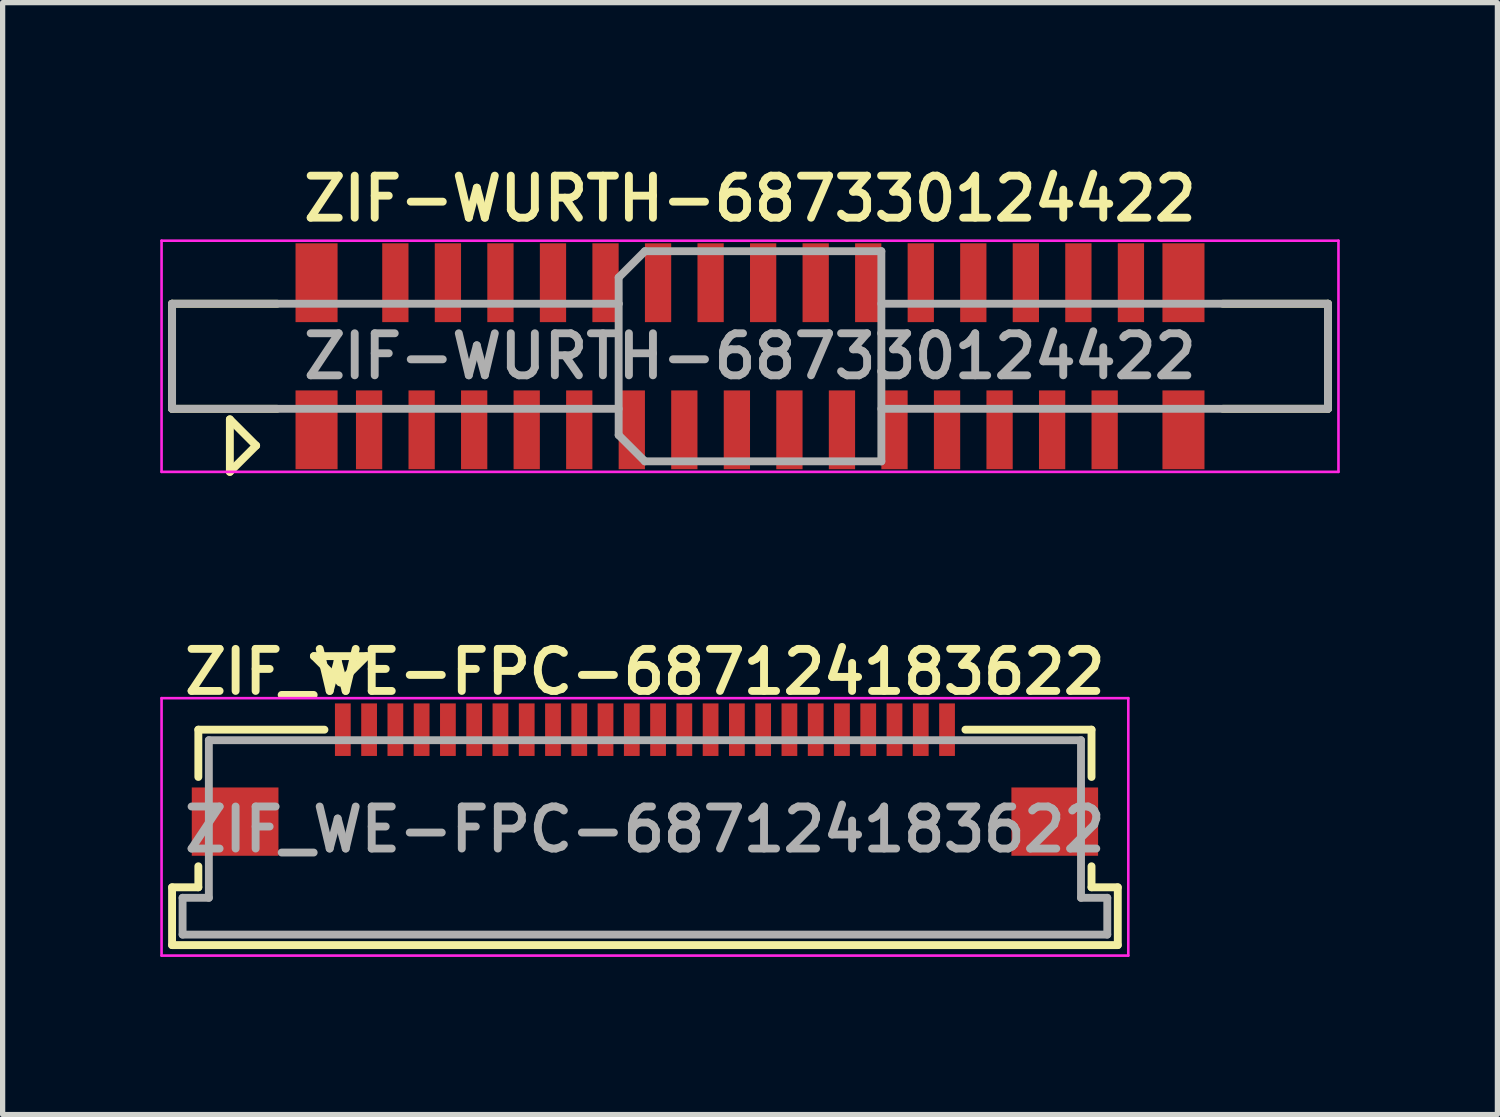
<source format=kicad_pcb>
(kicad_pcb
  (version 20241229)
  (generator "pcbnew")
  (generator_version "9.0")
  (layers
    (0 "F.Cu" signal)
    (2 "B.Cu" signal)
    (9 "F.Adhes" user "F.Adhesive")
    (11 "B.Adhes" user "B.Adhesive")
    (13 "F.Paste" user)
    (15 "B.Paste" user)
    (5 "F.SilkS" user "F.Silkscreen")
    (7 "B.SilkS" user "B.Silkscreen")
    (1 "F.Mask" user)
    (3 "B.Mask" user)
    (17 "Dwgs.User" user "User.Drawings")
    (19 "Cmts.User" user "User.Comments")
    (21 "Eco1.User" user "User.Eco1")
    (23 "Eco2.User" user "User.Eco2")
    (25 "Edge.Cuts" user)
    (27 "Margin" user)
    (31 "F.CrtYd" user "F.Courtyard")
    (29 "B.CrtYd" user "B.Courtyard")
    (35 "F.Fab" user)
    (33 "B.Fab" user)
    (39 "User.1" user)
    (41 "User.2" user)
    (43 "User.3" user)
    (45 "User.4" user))
  (footprint "ZIF_WE-FPC-687124183622"
    (layer "F.Cu")
    (at 9.225 12.738)
    (property "Reference" "ZIF_WE-FPC-687124183622" (at 0 -3 0) (layer "F.SilkS") (effects (font (size 0.8 0.8) (thickness 0.15))))
    (attr smd)
    (fp_line (start -9 1.1) (end -9 2.2) (stroke (width 0.15) (type solid)) (layer "F.SilkS"))
    (fp_line (start -9 1.1) (end -8.5 1.1) (stroke (width 0.15) (type solid)) (layer "F.SilkS"))
    (fp_line (start -9 2.2) (end 9 2.2) (stroke (width 0.15) (type solid)) (layer "F.SilkS"))
    (fp_line (start -8.5 -1.9) (end -8.5 -1) (stroke (width 0.15) (type solid)) (layer "F.SilkS"))
    (fp_line (start -8.5 -1.9) (end -6.1 -1.9) (stroke (width 0.15) (type solid)) (layer "F.SilkS"))
    (fp_line (start -8.5 0.7) (end -8.5 1.1) (stroke (width 0.15) (type solid)) (layer "F.SilkS"))
    (fp_line (start -6.3 -3.3) (end -5.8 -2.8) (stroke (width 0.15) (type solid)) (layer "F.SilkS"))
    (fp_line (start -5.8 -2.8) (end -5.3 -3.3) (stroke (width 0.15) (type solid)) (layer "F.SilkS"))
    (fp_line (start -5.3 -3.3) (end -6.3 -3.3) (stroke (width 0.15) (type solid)) (layer "F.SilkS"))
    (fp_line (start 6.1 -1.9) (end 8.5 -1.9) (stroke (width 0.15) (type solid)) (layer "F.SilkS"))
    (fp_line (start 8.5 -1.9) (end 8.5 -1) (stroke (width 0.15) (type solid)) (layer "F.SilkS"))
    (fp_line (start 8.5 0.7) (end 8.5 1.1) (stroke (width 0.15) (type solid)) (layer "F.SilkS"))
    (fp_line (start 8.5 1.1) (end 9 1.1) (stroke (width 0.15) (type solid)) (layer "F.SilkS"))
    (fp_line (start 9 1.1) (end 9 2.2) (stroke (width 0.15) (type solid)) (layer "F.SilkS"))
    (fp_line (start -9.2 -2.5) (end 9.2 -2.5) (stroke (width 0.05) (type solid)) (layer "F.CrtYd"))
    (fp_line (start -9.2 2.4) (end -9.2 -2.5) (stroke (width 0.05) (type solid)) (layer "F.CrtYd"))
    (fp_line (start 9.2 -2.5) (end 9.2 2.4) (stroke (width 0.05) (type solid)) (layer "F.CrtYd"))
    (fp_line (start 9.2 2.4) (end -9.2 2.4) (stroke (width 0.05) (type solid)) (layer "F.CrtYd"))
    (fp_line (start -8.8 1.3) (end -8.8 2) (stroke (width 0.15) (type solid)) (layer "F.Fab"))
    (fp_line (start -8.8 1.3) (end -8.3 1.3) (stroke (width 0.15) (type solid)) (layer "F.Fab"))
    (fp_line (start -8.8 2) (end 8.8 2) (stroke (width 0.15) (type solid)) (layer "F.Fab"))
    (fp_line (start -8.3 -1.7) (end -8.3 1.3) (stroke (width 0.15) (type solid)) (layer "F.Fab"))
    (fp_line (start 8.3 -1.7) (end -8.3 -1.7) (stroke (width 0.15) (type solid)) (layer "F.Fab"))
    (fp_line (start 8.3 1.3) (end 8.3 -1.7) (stroke (width 0.15) (type solid)) (layer "F.Fab"))
    (fp_line (start 8.3 1.3) (end 8.8 1.3) (stroke (width 0.15) (type solid)) (layer "F.Fab"))
    (fp_line (start 8.8 1.3) (end 8.8 2) (stroke (width 0.15) (type solid)) (layer "F.Fab"))
    (fp_text user "${REFERENCE}" (at 0 0 0) (layer "F.Fab") (effects (font (size 0.8 0.8) (thickness 0.15))))
    (pad "" smd rect (at -7.8 -0.15) (size 1.65 1.3) (layers "F.Cu" "F.Mask" "F.Paste"))
    (pad "" smd rect (at 7.8 -0.15) (size 1.65 1.3) (layers "F.Cu" "F.Mask" "F.Paste"))
    (pad "1" connect rect (at -5.75 -1.9) (size 0.3 1) (layers "F.Cu" "F.Mask"))
    (pad "2" connect rect (at -5.25 -1.9) (size 0.3 1) (layers "F.Cu" "F.Mask"))
    (pad "3" connect rect (at -4.75 -1.9) (size 0.3 1) (layers "F.Cu" "F.Mask"))
    (pad "4" connect rect (at -4.25 -1.9) (size 0.3 1) (layers "F.Cu" "F.Mask"))
    (pad "5" connect rect (at -3.75 -1.9) (size 0.3 1) (layers "F.Cu" "F.Mask"))
    (pad "6" connect rect (at -3.25 -1.9) (size 0.3 1) (layers "F.Cu" "F.Mask"))
    (pad "7" connect rect (at -2.75 -1.9) (size 0.3 1) (layers "F.Cu" "F.Mask"))
    (pad "8" connect rect (at -2.25 -1.9) (size 0.3 1) (layers "F.Cu" "F.Mask"))
    (pad "9" connect rect (at -1.75 -1.9) (size 0.3 1) (layers "F.Cu" "F.Mask"))
    (pad "10" connect rect (at -1.25 -1.9) (size 0.3 1) (layers "F.Cu" "F.Mask"))
    (pad "11" connect rect (at -0.75 -1.9) (size 0.3 1) (layers "F.Cu" "F.Mask"))
    (pad "12" connect rect (at -0.25 -1.9) (size 0.3 1) (layers "F.Cu" "F.Mask"))
    (pad "13" connect rect (at 0.25 -1.9) (size 0.3 1) (layers "F.Cu" "F.Mask"))
    (pad "14" connect rect (at 0.75 -1.9) (size 0.3 1) (layers "F.Cu" "F.Mask"))
    (pad "15" connect rect (at 1.25 -1.9) (size 0.3 1) (layers "F.Cu" "F.Mask"))
    (pad "16" connect rect (at 1.75 -1.9) (size 0.3 1) (layers "F.Cu" "F.Mask"))
    (pad "17" connect rect (at 2.25 -1.9) (size 0.3 1) (layers "F.Cu" "F.Mask"))
    (pad "18" connect rect (at 2.75 -1.9) (size 0.3 1) (layers "F.Cu" "F.Mask"))
    (pad "19" connect rect (at 3.25 -1.9) (size 0.3 1) (layers "F.Cu" "F.Mask"))
    (pad "20" connect rect (at 3.75 -1.9) (size 0.3 1) (layers "F.Cu" "F.Mask"))
    (pad "21" connect rect (at 4.25 -1.9) (size 0.3 1) (layers "F.Cu" "F.Mask"))
    (pad "22" connect rect (at 4.75 -1.9) (size 0.3 1) (layers "F.Cu" "F.Mask"))
    (pad "23" connect rect (at 5.25 -1.9) (size 0.3 1) (layers "F.Cu" "F.Mask"))
    (pad "24" connect rect (at 5.75 -1.9) (size 0.3 1) (layers "F.Cu" "F.Mask")))
  (footprint "ZIF-WURTH-687330124422"
    (layer "F.Cu")
    (at 11.225 3.731)
    (property "Reference" "ZIF-WURTH-687330124422" (at 0 -3 0) (layer "F.SilkS") (effects (font (size 0.8 0.8) (thickness 0.15))))
    (attr through_hole)
    (fp_line (start -11 -1) (end -11 1) (stroke (width 0.15) (type solid)) (layer "F.SilkS"))
    (fp_line (start -11 1) (end -9 1) (stroke (width 0.15) (type solid)) (layer "F.SilkS"))
    (fp_line (start -9.9 1.2) (end -9.9 2.2) (stroke (width 0.15) (type solid)) (layer "F.SilkS"))
    (fp_line (start -9.9 2.2) (end -9.4 1.7) (stroke (width 0.15) (type solid)) (layer "F.SilkS"))
    (fp_line (start -9.4 1.7) (end -9.9 1.2) (stroke (width 0.15) (type solid)) (layer "F.SilkS"))
    (fp_line (start -9 -1) (end -11 -1) (stroke (width 0.15) (type solid)) (layer "F.SilkS"))
    (fp_line (start 9 -1) (end 11 -1) (stroke (width 0.15) (type solid)) (layer "F.SilkS"))
    (fp_line (start 11 -1) (end 11 1) (stroke (width 0.15) (type solid)) (layer "F.SilkS"))
    (fp_line (start 11 1) (end 9 1) (stroke (width 0.15) (type solid)) (layer "F.SilkS"))
    (fp_line (start -11.2 -2.2) (end 11.2 -2.2) (stroke (width 0.05) (type solid)) (layer "F.CrtYd"))
    (fp_line (start -11.2 2.2) (end -11.2 -2.2) (stroke (width 0.05) (type solid)) (layer "F.CrtYd"))
    (fp_line (start 11.2 -2.2) (end 11.2 2.2) (stroke (width 0.05) (type solid)) (layer "F.CrtYd"))
    (fp_line (start 11.2 2.2) (end -11.2 2.2) (stroke (width 0.05) (type solid)) (layer "F.CrtYd"))
    (fp_line (start -11 -1) (end -11 1) (stroke (width 0.15) (type solid)) (layer "F.Fab"))
    (fp_line (start -11 -1) (end -2.5 -1) (stroke (width 0.15) (type solid)) (layer "F.Fab"))
    (fp_line (start -11 1) (end -2.5 1) (stroke (width 0.15) (type solid)) (layer "F.Fab"))
    (fp_line (start -2.5 -1.5) (end -2 -2) (stroke (width 0.15) (type solid)) (layer "F.Fab"))
    (fp_line (start -2.5 -1) (end -2.5 -1.5) (stroke (width 0.15) (type solid)) (layer "F.Fab"))
    (fp_line (start -2.5 1.5) (end -2.5 -1) (stroke (width 0.15) (type solid)) (layer "F.Fab"))
    (fp_line (start -2 -2) (end 2.5 -2) (stroke (width 0.15) (type solid)) (layer "F.Fab"))
    (fp_line (start -2 2) (end -2.5 1.5) (stroke (width 0.15) (type solid)) (layer "F.Fab"))
    (fp_line (start 2.5 -2) (end 2.5 2) (stroke (width 0.15) (type solid)) (layer "F.Fab"))
    (fp_line (start 2.5 -1) (end 11 -1) (stroke (width 0.15) (type solid)) (layer "F.Fab"))
    (fp_line (start 2.5 2) (end -2 2) (stroke (width 0.15) (type solid)) (layer "F.Fab"))
    (fp_line (start 11 1) (end 2.5 1) (stroke (width 0.15) (type solid)) (layer "F.Fab"))
    (fp_line (start 11 1) (end 11 -1) (stroke (width 0.15) (type solid)) (layer "F.Fab"))
    (fp_text user "${REFERENCE}" (at 0 0 0) (layer "F.Fab") (effects (font (size 0.8 0.8) (thickness 0.15))))
    (pad "1" smd rect (at -7.25 1.4) (size 0.5 1.5) (layers "F.Cu" "F.Mask" "F.Paste"))
    (pad "2" smd rect (at -6.75 -1.4) (size 0.5 1.5) (layers "F.Cu" "F.Mask" "F.Paste"))
    (pad "3" smd rect (at -6.25 1.4) (size 0.5 1.5) (layers "F.Cu" "F.Mask" "F.Paste"))
    (pad "4" smd rect (at -5.75 -1.4) (size 0.5 1.5) (layers "F.Cu" "F.Mask" "F.Paste"))
    (pad "5" smd rect (at -5.25 1.4) (size 0.5 1.5) (layers "F.Cu" "F.Mask" "F.Paste"))
    (pad "6" smd rect (at -4.75 -1.4) (size 0.5 1.5) (layers "F.Cu" "F.Mask" "F.Paste"))
    (pad "7" smd rect (at -4.25 1.4) (size 0.5 1.5) (layers "F.Cu" "F.Mask" "F.Paste"))
    (pad "8" smd rect (at -3.75 -1.4) (size 0.5 1.5) (layers "F.Cu" "F.Mask" "F.Paste"))
    (pad "9" smd rect (at -3.25 1.4) (size 0.5 1.5) (layers "F.Cu" "F.Mask" "F.Paste"))
    (pad "10" smd rect (at -2.75 -1.4) (size 0.5 1.5) (layers "F.Cu" "F.Mask" "F.Paste"))
    (pad "11" smd rect (at -2.25 1.4) (size 0.5 1.5) (layers "F.Cu" "F.Mask" "F.Paste"))
    (pad "12" smd rect (at -1.75 -1.4) (size 0.5 1.5) (layers "F.Cu" "F.Mask" "F.Paste"))
    (pad "13" smd rect (at -1.25 1.4) (size 0.5 1.5) (layers "F.Cu" "F.Mask" "F.Paste"))
    (pad "14" smd rect (at -0.75 -1.4) (size 0.5 1.5) (layers "F.Cu" "F.Mask" "F.Paste"))
    (pad "15" smd rect (at -0.25 1.4) (size 0.5 1.5) (layers "F.Cu" "F.Mask" "F.Paste"))
    (pad "16" smd rect (at 0.25 -1.4) (size 0.5 1.5) (layers "F.Cu" "F.Mask" "F.Paste"))
    (pad "17" smd rect (at 0.75 1.4) (size 0.5 1.5) (layers "F.Cu" "F.Mask" "F.Paste"))
    (pad "18" smd rect (at 1.25 -1.4) (size 0.5 1.5) (layers "F.Cu" "F.Mask" "F.Paste"))
    (pad "19" smd rect (at 1.75 1.4) (size 0.5 1.5) (layers "F.Cu" "F.Mask" "F.Paste"))
    (pad "20" smd rect (at 2.25 -1.4) (size 0.5 1.5) (layers "F.Cu" "F.Mask" "F.Paste"))
    (pad "21" smd rect (at 2.75 1.4) (size 0.5 1.5) (layers "F.Cu" "F.Mask" "F.Paste"))
    (pad "22" smd rect (at 3.25 -1.4) (size 0.5 1.5) (layers "F.Cu" "F.Mask" "F.Paste"))
    (pad "23" smd rect (at 3.75 1.4) (size 0.5 1.5) (layers "F.Cu" "F.Mask" "F.Paste"))
    (pad "24" smd rect (at 4.25 -1.4) (size 0.5 1.5) (layers "F.Cu" "F.Mask" "F.Paste"))
    (pad "25" smd rect (at 4.75 1.4) (size 0.5 1.5) (layers "F.Cu" "F.Mask" "F.Paste"))
    (pad "26" smd rect (at 5.25 -1.4) (size 0.5 1.5) (layers "F.Cu" "F.Mask" "F.Paste"))
    (pad "27" smd rect (at 5.75 1.4) (size 0.5 1.5) (layers "F.Cu" "F.Mask" "F.Paste"))
    (pad "28" smd rect (at 6.25 -1.4) (size 0.5 1.5) (layers "F.Cu" "F.Mask" "F.Paste"))
    (pad "29" smd rect (at 6.75 1.4) (size 0.5 1.5) (layers "F.Cu" "F.Mask" "F.Paste"))
    (pad "30" smd rect (at 7.25 -1.4) (size 0.5 1.5) (layers "F.Cu" "F.Mask" "F.Paste"))
    (pad "NC" smd rect (at -8.25 -1.4) (size 0.8 1.5) (layers "F.Cu" "F.Mask" "F.Paste"))
    (pad "NC" smd rect (at -8.25 1.4) (size 0.8 1.5) (layers "F.Cu" "F.Mask" "F.Paste"))
    (pad "NC" smd rect (at 8.25 -1.4) (size 0.8 1.5) (layers "F.Cu" "F.Mask" "F.Paste"))
    (pad "NC" smd rect (at 8.25 1.4) (size 0.8 1.5) (layers "F.Cu" "F.Mask" "F.Paste")))
  (gr_rect
    (start -3 -3)
    (end 25.45 18.163)
    (stroke (width 0.1) (type default))
    (fill no)
    (layer "Edge.Cuts")))
</source>
